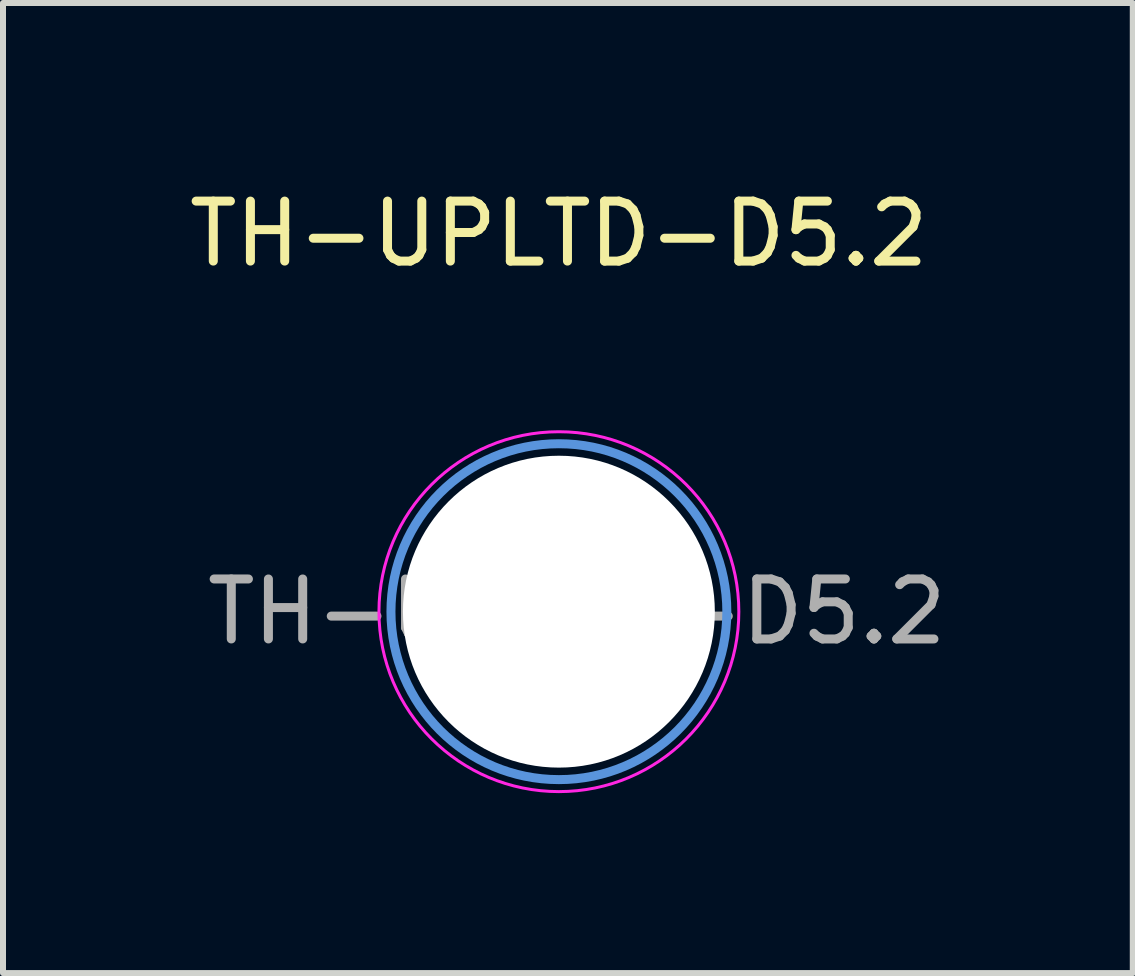
<source format=kicad_pcb>
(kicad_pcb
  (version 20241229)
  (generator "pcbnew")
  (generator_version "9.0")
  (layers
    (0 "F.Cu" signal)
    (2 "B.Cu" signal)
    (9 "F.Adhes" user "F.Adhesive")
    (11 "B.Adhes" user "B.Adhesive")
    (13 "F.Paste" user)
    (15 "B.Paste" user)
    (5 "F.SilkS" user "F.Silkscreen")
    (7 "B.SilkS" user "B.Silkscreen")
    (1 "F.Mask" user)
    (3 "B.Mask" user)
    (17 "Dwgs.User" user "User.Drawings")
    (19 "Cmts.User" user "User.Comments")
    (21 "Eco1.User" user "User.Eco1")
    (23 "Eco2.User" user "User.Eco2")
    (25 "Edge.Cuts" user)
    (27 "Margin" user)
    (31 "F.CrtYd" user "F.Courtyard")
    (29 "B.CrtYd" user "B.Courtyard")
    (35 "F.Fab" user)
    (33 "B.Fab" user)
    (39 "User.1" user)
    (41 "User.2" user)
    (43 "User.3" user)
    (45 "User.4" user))
  (footprint "TH-UPLTD-D5.2"
    (layer "F.Cu")
    (at 6.268 7.148)
    (property "Reference" "TH-UPLTD-D5.2" (at 0 -6.3 0) (layer "F.SilkS") (effects (font (size 1 1) (thickness 0.15))))
    (attr exclude_from_pos_files exclude_from_bom)
    (fp_circle (center 0 0) (end 2.8 0) (stroke (width 0.15) (type solid)) (fill no) (layer "Cmts.User"))
    (fp_circle (center 0 0) (end 3 0) (stroke (width 0.05) (type solid)) (fill no) (layer "F.CrtYd"))
    (fp_text user "${REFERENCE}" (at 0.3 0 0) (layer "F.Fab") (effects (font (size 1 1) (thickness 0.15))))
    (pad "" np_thru_hole circle (at 0 0) (size 5.2 5.2) (drill 5.2) (layers "*.Cu" "*.Mask")))
  (gr_rect
    (start -3 -3)
    (end 15.836 13.173)
    (stroke (width 0.1) (type default))
    (fill no)
    (layer "Edge.Cuts")))
</source>
